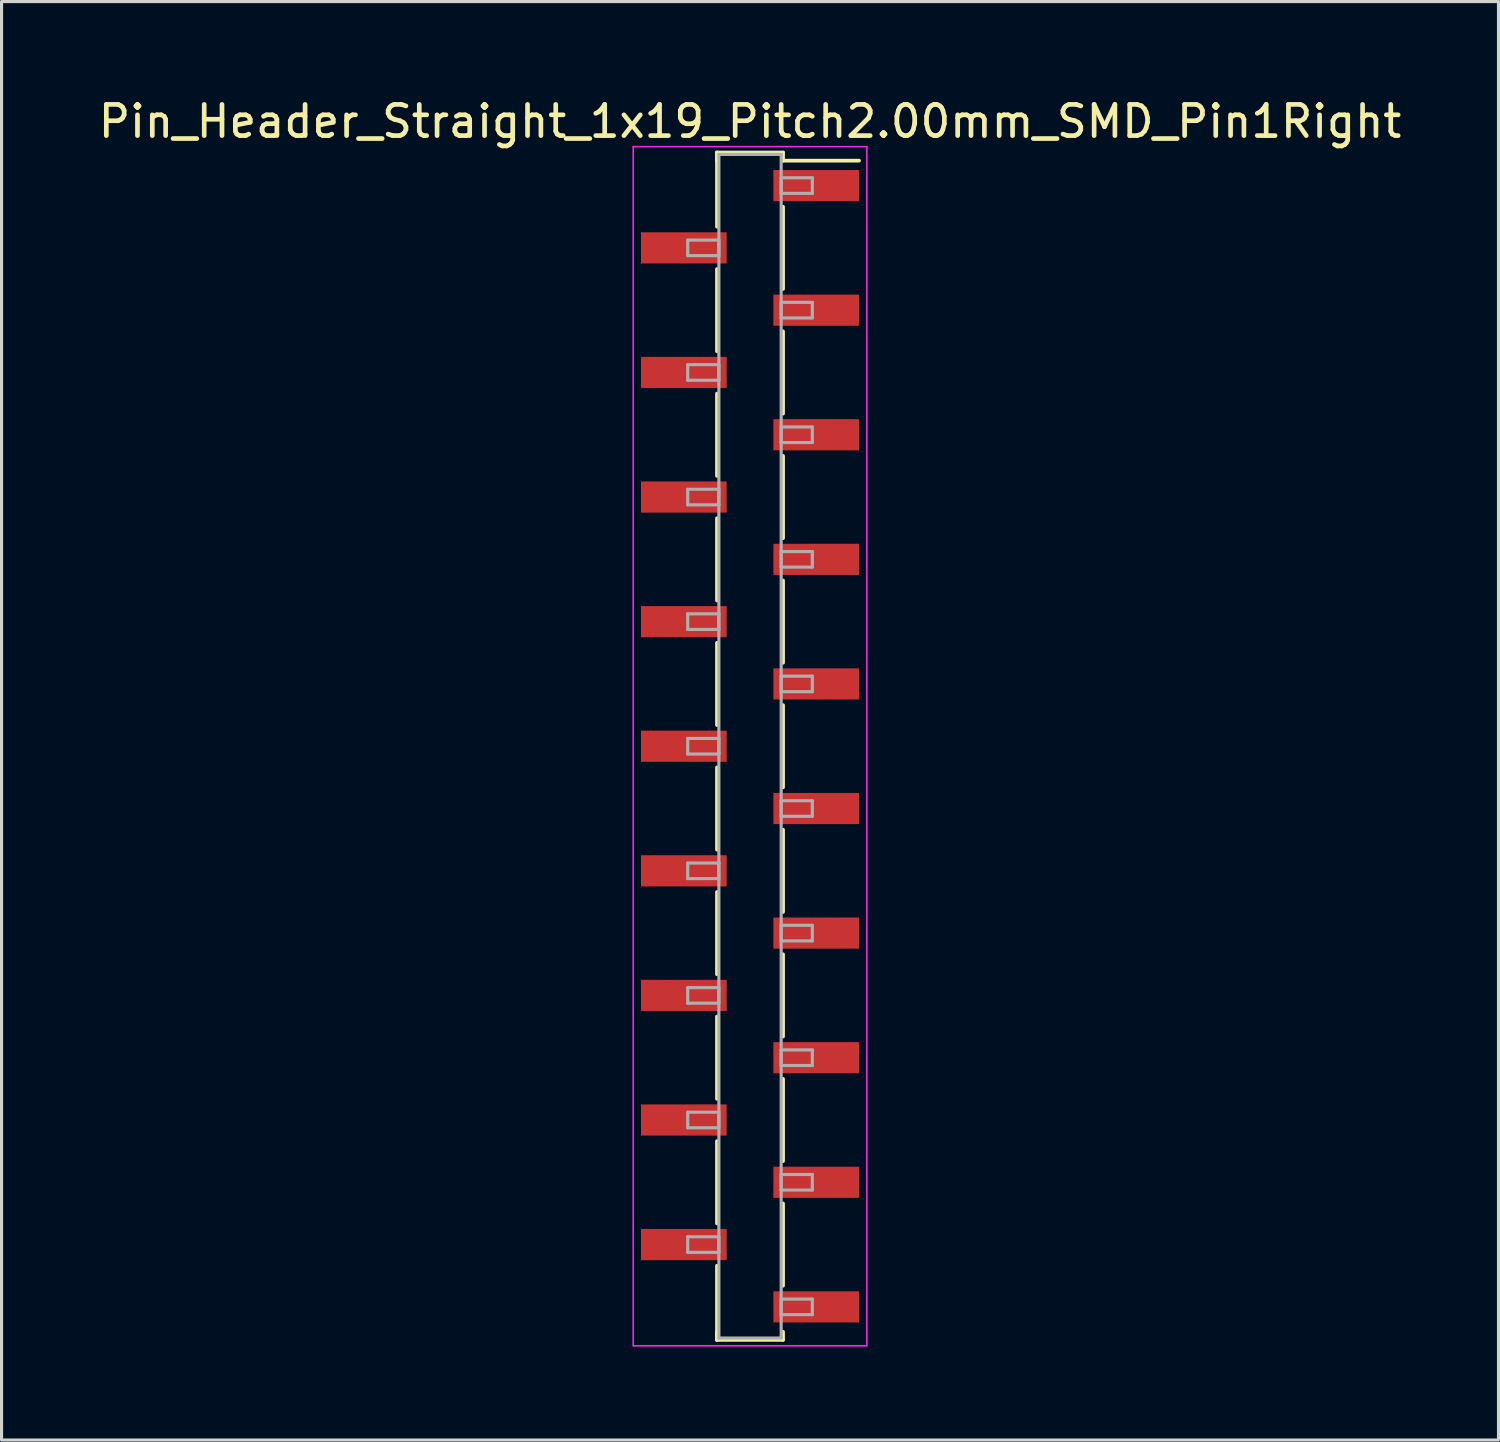
<source format=kicad_pcb>
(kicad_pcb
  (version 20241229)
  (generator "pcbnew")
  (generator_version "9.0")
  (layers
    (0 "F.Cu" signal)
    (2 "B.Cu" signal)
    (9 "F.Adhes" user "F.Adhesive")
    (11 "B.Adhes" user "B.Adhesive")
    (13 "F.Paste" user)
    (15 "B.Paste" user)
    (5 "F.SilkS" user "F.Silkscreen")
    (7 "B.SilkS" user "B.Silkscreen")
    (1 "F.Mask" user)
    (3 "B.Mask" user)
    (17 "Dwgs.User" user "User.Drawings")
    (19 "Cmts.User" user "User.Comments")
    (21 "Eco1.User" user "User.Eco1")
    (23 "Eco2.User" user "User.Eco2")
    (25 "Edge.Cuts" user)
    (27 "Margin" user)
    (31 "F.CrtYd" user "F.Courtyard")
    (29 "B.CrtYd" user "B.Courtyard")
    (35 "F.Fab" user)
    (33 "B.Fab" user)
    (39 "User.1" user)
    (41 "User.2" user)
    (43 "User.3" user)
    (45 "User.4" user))
  (footprint "Pin_Header_Straight_1x19_Pitch2.00mm_SMD_Pin1Right"
    (layer "F.Cu")
    (at 21.03 20.908)
    (property "Reference" "Pin_Header_Straight_1x19_Pitch2.00mm_SMD_Pin1Right" (at 0 -20.06 0) (layer "F.SilkS") (effects (font (size 1 1) (thickness 0.15))))
    (attr smd)
    (fp_line (start -1.06 -19.06) (end -1.06 -16.68) (stroke (width 0.12) (type solid)) (layer "F.SilkS"))
    (fp_line (start -1.06 -19.06) (end 1.06 -19.06) (stroke (width 0.12) (type solid)) (layer "F.SilkS"))
    (fp_line (start -1.06 -18.8) (end -1.06 -19.06) (stroke (width 0.12) (type solid)) (layer "F.SilkS"))
    (fp_line (start -1.06 -15.32) (end -1.06 -12.68) (stroke (width 0.12) (type solid)) (layer "F.SilkS"))
    (fp_line (start -1.06 -11.32) (end -1.06 -8.68) (stroke (width 0.12) (type solid)) (layer "F.SilkS"))
    (fp_line (start -1.06 -7.32) (end -1.06 -4.68) (stroke (width 0.12) (type solid)) (layer "F.SilkS"))
    (fp_line (start -1.06 -3.32) (end -1.06 -0.68) (stroke (width 0.12) (type solid)) (layer "F.SilkS"))
    (fp_line (start -1.06 0.68) (end -1.06 3.32) (stroke (width 0.12) (type solid)) (layer "F.SilkS"))
    (fp_line (start -1.06 4.68) (end -1.06 7.32) (stroke (width 0.12) (type solid)) (layer "F.SilkS"))
    (fp_line (start -1.06 8.68) (end -1.06 11.32) (stroke (width 0.12) (type solid)) (layer "F.SilkS"))
    (fp_line (start -1.06 12.68) (end -1.06 15.32) (stroke (width 0.12) (type solid)) (layer "F.SilkS"))
    (fp_line (start -1.06 16.68) (end -1.06 19.06) (stroke (width 0.12) (type solid)) (layer "F.SilkS"))
    (fp_line (start -1.06 18.8) (end -1.06 19.06) (stroke (width 0.12) (type solid)) (layer "F.SilkS"))
    (fp_line (start -1.06 19.06) (end 1.06 19.06) (stroke (width 0.12) (type solid)) (layer "F.SilkS"))
    (fp_line (start 1.06 -19.06) (end 1.06 -18.8) (stroke (width 0.12) (type solid)) (layer "F.SilkS"))
    (fp_line (start 1.06 -18.8) (end 3.5 -18.8) (stroke (width 0.12) (type solid)) (layer "F.SilkS"))
    (fp_line (start 1.06 -17.32) (end 1.06 -14.68) (stroke (width 0.12) (type solid)) (layer "F.SilkS"))
    (fp_line (start 1.06 -13.32) (end 1.06 -10.68) (stroke (width 0.12) (type solid)) (layer "F.SilkS"))
    (fp_line (start 1.06 -9.32) (end 1.06 -6.68) (stroke (width 0.12) (type solid)) (layer "F.SilkS"))
    (fp_line (start 1.06 -5.32) (end 1.06 -2.68) (stroke (width 0.12) (type solid)) (layer "F.SilkS"))
    (fp_line (start 1.06 -1.32) (end 1.06 1.32) (stroke (width 0.12) (type solid)) (layer "F.SilkS"))
    (fp_line (start 1.06 2.68) (end 1.06 5.32) (stroke (width 0.12) (type solid)) (layer "F.SilkS"))
    (fp_line (start 1.06 6.68) (end 1.06 9.32) (stroke (width 0.12) (type solid)) (layer "F.SilkS"))
    (fp_line (start 1.06 10.68) (end 1.06 13.32) (stroke (width 0.12) (type solid)) (layer "F.SilkS"))
    (fp_line (start 1.06 14.68) (end 1.06 17.32) (stroke (width 0.12) (type solid)) (layer "F.SilkS"))
    (fp_line (start 1.06 19.06) (end 1.06 18.8) (stroke (width 0.12) (type solid)) (layer "F.SilkS"))
    (fp_line (start -3.75 -19.25) (end -3.75 19.25) (stroke (width 0.05) (type solid)) (layer "F.CrtYd"))
    (fp_line (start -3.75 19.25) (end 3.75 19.25) (stroke (width 0.05) (type solid)) (layer "F.CrtYd"))
    (fp_line (start 3.75 -19.25) (end -3.75 -19.25) (stroke (width 0.05) (type solid)) (layer "F.CrtYd"))
    (fp_line (start 3.75 19.25) (end 3.75 -19.25) (stroke (width 0.05) (type solid)) (layer "F.CrtYd"))
    (fp_line (start -2 -16.25) (end -1 -16.25) (stroke (width 0.1) (type solid)) (layer "F.Fab"))
    (fp_line (start -2 -15.75) (end -2 -16.25) (stroke (width 0.1) (type solid)) (layer "F.Fab"))
    (fp_line (start -2 -12.25) (end -1 -12.25) (stroke (width 0.1) (type solid)) (layer "F.Fab"))
    (fp_line (start -2 -11.75) (end -2 -12.25) (stroke (width 0.1) (type solid)) (layer "F.Fab"))
    (fp_line (start -2 -8.25) (end -1 -8.25) (stroke (width 0.1) (type solid)) (layer "F.Fab"))
    (fp_line (start -2 -7.75) (end -2 -8.25) (stroke (width 0.1) (type solid)) (layer "F.Fab"))
    (fp_line (start -2 -4.25) (end -1 -4.25) (stroke (width 0.1) (type solid)) (layer "F.Fab"))
    (fp_line (start -2 -3.75) (end -2 -4.25) (stroke (width 0.1) (type solid)) (layer "F.Fab"))
    (fp_line (start -2 -0.25) (end -1 -0.25) (stroke (width 0.1) (type solid)) (layer "F.Fab"))
    (fp_line (start -2 0.25) (end -2 -0.25) (stroke (width 0.1) (type solid)) (layer "F.Fab"))
    (fp_line (start -2 3.75) (end -1 3.75) (stroke (width 0.1) (type solid)) (layer "F.Fab"))
    (fp_line (start -2 4.25) (end -2 3.75) (stroke (width 0.1) (type solid)) (layer "F.Fab"))
    (fp_line (start -2 7.75) (end -1 7.75) (stroke (width 0.1) (type solid)) (layer "F.Fab"))
    (fp_line (start -2 8.25) (end -2 7.75) (stroke (width 0.1) (type solid)) (layer "F.Fab"))
    (fp_line (start -2 11.75) (end -1 11.75) (stroke (width 0.1) (type solid)) (layer "F.Fab"))
    (fp_line (start -2 12.25) (end -2 11.75) (stroke (width 0.1) (type solid)) (layer "F.Fab"))
    (fp_line (start -2 15.75) (end -1 15.75) (stroke (width 0.1) (type solid)) (layer "F.Fab"))
    (fp_line (start -2 16.25) (end -2 15.75) (stroke (width 0.1) (type solid)) (layer "F.Fab"))
    (fp_line (start -1 -19) (end -1 19) (stroke (width 0.1) (type solid)) (layer "F.Fab"))
    (fp_line (start -1 -16.25) (end -1 -15.75) (stroke (width 0.1) (type solid)) (layer "F.Fab"))
    (fp_line (start -1 -15.75) (end -2 -15.75) (stroke (width 0.1) (type solid)) (layer "F.Fab"))
    (fp_line (start -1 -12.25) (end -1 -11.75) (stroke (width 0.1) (type solid)) (layer "F.Fab"))
    (fp_line (start -1 -11.75) (end -2 -11.75) (stroke (width 0.1) (type solid)) (layer "F.Fab"))
    (fp_line (start -1 -8.25) (end -1 -7.75) (stroke (width 0.1) (type solid)) (layer "F.Fab"))
    (fp_line (start -1 -7.75) (end -2 -7.75) (stroke (width 0.1) (type solid)) (layer "F.Fab"))
    (fp_line (start -1 -4.25) (end -1 -3.75) (stroke (width 0.1) (type solid)) (layer "F.Fab"))
    (fp_line (start -1 -3.75) (end -2 -3.75) (stroke (width 0.1) (type solid)) (layer "F.Fab"))
    (fp_line (start -1 -0.25) (end -1 0.25) (stroke (width 0.1) (type solid)) (layer "F.Fab"))
    (fp_line (start -1 0.25) (end -2 0.25) (stroke (width 0.1) (type solid)) (layer "F.Fab"))
    (fp_line (start -1 3.75) (end -1 4.25) (stroke (width 0.1) (type solid)) (layer "F.Fab"))
    (fp_line (start -1 4.25) (end -2 4.25) (stroke (width 0.1) (type solid)) (layer "F.Fab"))
    (fp_line (start -1 7.75) (end -1 8.25) (stroke (width 0.1) (type solid)) (layer "F.Fab"))
    (fp_line (start -1 8.25) (end -2 8.25) (stroke (width 0.1) (type solid)) (layer "F.Fab"))
    (fp_line (start -1 11.75) (end -1 12.25) (stroke (width 0.1) (type solid)) (layer "F.Fab"))
    (fp_line (start -1 12.25) (end -2 12.25) (stroke (width 0.1) (type solid)) (layer "F.Fab"))
    (fp_line (start -1 15.75) (end -1 16.25) (stroke (width 0.1) (type solid)) (layer "F.Fab"))
    (fp_line (start -1 16.25) (end -2 16.25) (stroke (width 0.1) (type solid)) (layer "F.Fab"))
    (fp_line (start -1 19) (end 1 19) (stroke (width 0.1) (type solid)) (layer "F.Fab"))
    (fp_line (start 1 -19) (end -1 -19) (stroke (width 0.1) (type solid)) (layer "F.Fab"))
    (fp_line (start 1 -18.25) (end 1 -17.75) (stroke (width 0.1) (type solid)) (layer "F.Fab"))
    (fp_line (start 1 -17.75) (end 2 -17.75) (stroke (width 0.1) (type solid)) (layer "F.Fab"))
    (fp_line (start 1 -14.25) (end 1 -13.75) (stroke (width 0.1) (type solid)) (layer "F.Fab"))
    (fp_line (start 1 -13.75) (end 2 -13.75) (stroke (width 0.1) (type solid)) (layer "F.Fab"))
    (fp_line (start 1 -10.25) (end 1 -9.75) (stroke (width 0.1) (type solid)) (layer "F.Fab"))
    (fp_line (start 1 -9.75) (end 2 -9.75) (stroke (width 0.1) (type solid)) (layer "F.Fab"))
    (fp_line (start 1 -6.25) (end 1 -5.75) (stroke (width 0.1) (type solid)) (layer "F.Fab"))
    (fp_line (start 1 -5.75) (end 2 -5.75) (stroke (width 0.1) (type solid)) (layer "F.Fab"))
    (fp_line (start 1 -2.25) (end 1 -1.75) (stroke (width 0.1) (type solid)) (layer "F.Fab"))
    (fp_line (start 1 -1.75) (end 2 -1.75) (stroke (width 0.1) (type solid)) (layer "F.Fab"))
    (fp_line (start 1 1.75) (end 1 2.25) (stroke (width 0.1) (type solid)) (layer "F.Fab"))
    (fp_line (start 1 2.25) (end 2 2.25) (stroke (width 0.1) (type solid)) (layer "F.Fab"))
    (fp_line (start 1 5.75) (end 1 6.25) (stroke (width 0.1) (type solid)) (layer "F.Fab"))
    (fp_line (start 1 6.25) (end 2 6.25) (stroke (width 0.1) (type solid)) (layer "F.Fab"))
    (fp_line (start 1 9.75) (end 1 10.25) (stroke (width 0.1) (type solid)) (layer "F.Fab"))
    (fp_line (start 1 10.25) (end 2 10.25) (stroke (width 0.1) (type solid)) (layer "F.Fab"))
    (fp_line (start 1 13.75) (end 1 14.25) (stroke (width 0.1) (type solid)) (layer "F.Fab"))
    (fp_line (start 1 14.25) (end 2 14.25) (stroke (width 0.1) (type solid)) (layer "F.Fab"))
    (fp_line (start 1 17.75) (end 1 18.25) (stroke (width 0.1) (type solid)) (layer "F.Fab"))
    (fp_line (start 1 18.25) (end 2 18.25) (stroke (width 0.1) (type solid)) (layer "F.Fab"))
    (fp_line (start 1 19) (end 1 -19) (stroke (width 0.1) (type solid)) (layer "F.Fab"))
    (fp_line (start 2 -18.25) (end 1 -18.25) (stroke (width 0.1) (type solid)) (layer "F.Fab"))
    (fp_line (start 2 -17.75) (end 2 -18.25) (stroke (width 0.1) (type solid)) (layer "F.Fab"))
    (fp_line (start 2 -14.25) (end 1 -14.25) (stroke (width 0.1) (type solid)) (layer "F.Fab"))
    (fp_line (start 2 -13.75) (end 2 -14.25) (stroke (width 0.1) (type solid)) (layer "F.Fab"))
    (fp_line (start 2 -10.25) (end 1 -10.25) (stroke (width 0.1) (type solid)) (layer "F.Fab"))
    (fp_line (start 2 -9.75) (end 2 -10.25) (stroke (width 0.1) (type solid)) (layer "F.Fab"))
    (fp_line (start 2 -6.25) (end 1 -6.25) (stroke (width 0.1) (type solid)) (layer "F.Fab"))
    (fp_line (start 2 -5.75) (end 2 -6.25) (stroke (width 0.1) (type solid)) (layer "F.Fab"))
    (fp_line (start 2 -2.25) (end 1 -2.25) (stroke (width 0.1) (type solid)) (layer "F.Fab"))
    (fp_line (start 2 -1.75) (end 2 -2.25) (stroke (width 0.1) (type solid)) (layer "F.Fab"))
    (fp_line (start 2 1.75) (end 1 1.75) (stroke (width 0.1) (type solid)) (layer "F.Fab"))
    (fp_line (start 2 2.25) (end 2 1.75) (stroke (width 0.1) (type solid)) (layer "F.Fab"))
    (fp_line (start 2 5.75) (end 1 5.75) (stroke (width 0.1) (type solid)) (layer "F.Fab"))
    (fp_line (start 2 6.25) (end 2 5.75) (stroke (width 0.1) (type solid)) (layer "F.Fab"))
    (fp_line (start 2 9.75) (end 1 9.75) (stroke (width 0.1) (type solid)) (layer "F.Fab"))
    (fp_line (start 2 10.25) (end 2 9.75) (stroke (width 0.1) (type solid)) (layer "F.Fab"))
    (fp_line (start 2 13.75) (end 1 13.75) (stroke (width 0.1) (type solid)) (layer "F.Fab"))
    (fp_line (start 2 14.25) (end 2 13.75) (stroke (width 0.1) (type solid)) (layer "F.Fab"))
    (fp_line (start 2 17.75) (end 1 17.75) (stroke (width 0.1) (type solid)) (layer "F.Fab"))
    (fp_line (start 2 18.25) (end 2 17.75) (stroke (width 0.1) (type solid)) (layer "F.Fab"))
    (pad "1" smd rect (at 2.125 -18) (size 2.75 1) (layers "F.Cu" "F.Mask"))
    (pad "2" smd rect (at -2.125 -16) (size 2.75 1) (layers "F.Cu" "F.Mask"))
    (pad "3" smd rect (at 2.125 -14) (size 2.75 1) (layers "F.Cu" "F.Mask"))
    (pad "4" smd rect (at -2.125 -12) (size 2.75 1) (layers "F.Cu" "F.Mask"))
    (pad "5" smd rect (at 2.125 -10) (size 2.75 1) (layers "F.Cu" "F.Mask"))
    (pad "6" smd rect (at -2.125 -8) (size 2.75 1) (layers "F.Cu" "F.Mask"))
    (pad "7" smd rect (at 2.125 -6) (size 2.75 1) (layers "F.Cu" "F.Mask"))
    (pad "8" smd rect (at -2.125 -4) (size 2.75 1) (layers "F.Cu" "F.Mask"))
    (pad "9" smd rect (at 2.125 -2) (size 2.75 1) (layers "F.Cu" "F.Mask"))
    (pad "10" smd rect (at -2.125 0) (size 2.75 1) (layers "F.Cu" "F.Mask"))
    (pad "11" smd rect (at 2.125 2) (size 2.75 1) (layers "F.Cu" "F.Mask"))
    (pad "12" smd rect (at -2.125 4) (size 2.75 1) (layers "F.Cu" "F.Mask"))
    (pad "13" smd rect (at 2.125 6) (size 2.75 1) (layers "F.Cu" "F.Mask"))
    (pad "14" smd rect (at -2.125 8) (size 2.75 1) (layers "F.Cu" "F.Mask"))
    (pad "15" smd rect (at 2.125 10) (size 2.75 1) (layers "F.Cu" "F.Mask"))
    (pad "16" smd rect (at -2.125 12) (size 2.75 1) (layers "F.Cu" "F.Mask"))
    (pad "17" smd rect (at 2.125 14) (size 2.75 1) (layers "F.Cu" "F.Mask"))
    (pad "18" smd rect (at -2.125 16) (size 2.75 1) (layers "F.Cu" "F.Mask"))
    (pad "19" smd rect (at 2.125 18) (size 2.75 1) (layers "F.Cu" "F.Mask")))
  (gr_rect
    (start -3 -3)
    (end 45.06 43.183)
    (stroke (width 0.1) (type default))
    (fill no)
    (layer "Edge.Cuts")))
</source>
